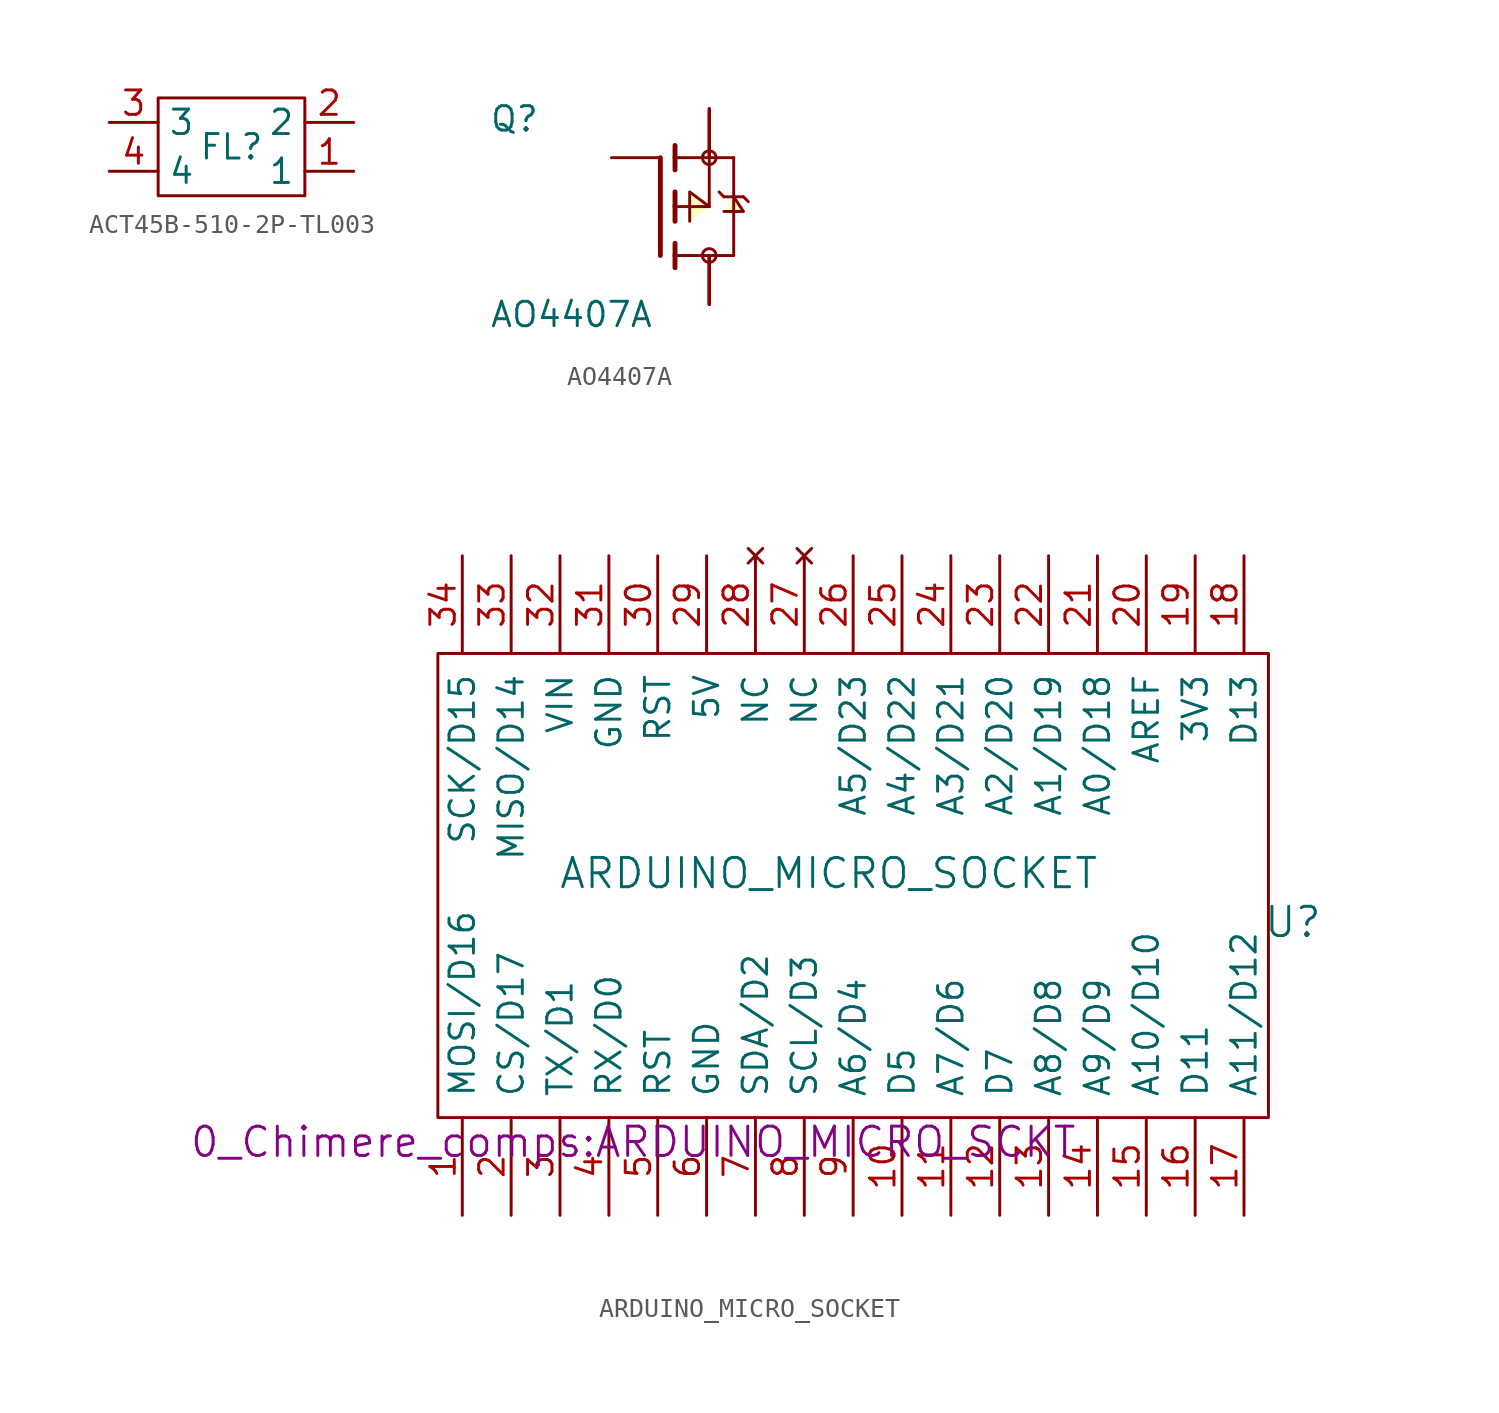
<source format=kicad_sym>
(kicad_symbol_lib
  (version 20231120)
  (generator "kicad_symbol_editor")
  (generator_version "8.0")
  (symbol "ACT45B-510-2P-TL003"
    (property "Reference" "FL"
      (at 0 0 0)
      (effects (font (size 1.27 1.27))))
    (property "Value" ""
      (at 0 0 0)
      (effects (font (size 1.27 1.27))))
    (symbol "ACT45B-510-2P-TL003_0_1"
      (rectangle (start -3.81 2.54) (end 3.81 -2.54) (stroke (width 0) (type default)) (fill (type none))))
    (symbol "ACT45B-510-2P-TL003_1_1"
      (pin passive line (at 6.35 -1.27 180) (length 2.54) (name "1" (effects (font (size 1.27 1.27)))) (number "1" (effects (font (size 1.27 1.27)))))
      (pin passive line (at 6.35 1.27 180) (length 2.54) (name "2" (effects (font (size 1.27 1.27)))) (number "2" (effects (font (size 1.27 1.27)))))
      (pin passive line (at -6.35 1.27 0) (length 2.54) (name "3" (effects (font (size 1.27 1.27)))) (number "3" (effects (font (size 1.27 1.27)))))
      (pin passive line (at -6.35 -1.27 0) (length 2.54) (name "4" (effects (font (size 1.27 1.27)))) (number "4" (effects (font (size 1.27 1.27)))))))
  (symbol "AO4407A"
    (pin_numbers hide)
    (pin_names
      (offset 1.016) hide)
    (property "Reference" "Q"
      (at -8.89 3.81 0)
      (effects (font (size 1.27 1.27)) (justify left bottom)))
    (property "Value" "AO4407A"
      (at -8.89 -6.35 0)
      (effects (font (size 1.27 1.27)) (justify left bottom)))
    (symbol "AO4407A_0_0"
      (polyline (pts (xy 0 -2.54) (xy 0 2.54)) (stroke (width 0.254) (type default)) (fill (type none)))
      (polyline (pts (xy 0.762 -3.175) (xy 0.762 -2.54)) (stroke (width 0.254) (type default)) (fill (type none)))
      (polyline (pts (xy 0.762 -2.54) (xy 0.762 -1.905)) (stroke (width 0.254) (type default)) (fill (type none)))
      (polyline (pts (xy 0.762 -2.54) (xy 3.81 -2.54)) (stroke (width 0.152) (type default)) (fill (type none)))
      (polyline (pts (xy 0.762 -0.762) (xy 0.762 0)) (stroke (width 0.254) (type default)) (fill (type none)))
      (polyline (pts (xy 0.762 0) (xy 0.762 0.762)) (stroke (width 0.254) (type default)) (fill (type none)))
      (polyline (pts (xy 0.762 0) (xy 2.54 0)) (stroke (width 0.152) (type default)) (fill (type none)))
      (polyline (pts (xy 0.762 1.905) (xy 0.762 2.54)) (stroke (width 0.254) (type default)) (fill (type none)))
      (polyline (pts (xy 0.762 2.54) (xy 0.762 3.175)) (stroke (width 0.254) (type default)) (fill (type none)))
      (polyline (pts (xy 2.54 0) (xy 2.54 2.54)) (stroke (width 0.152) (type default)) (fill (type none)))
      (polyline (pts (xy 2.54 2.54) (xy 0.762 2.54)) (stroke (width 0.152) (type default)) (fill (type none)))
      (polyline (pts (xy 2.54 2.54) (xy 3.81 2.54)) (stroke (width 0.152) (type default)) (fill (type none)))
      (polyline (pts (xy 3.048 0.762) (xy 3.302 0.508)) (stroke (width 0.152) (type default)) (fill (type none)))
      (polyline (pts (xy 3.302 0.508) (xy 3.81 0.508)) (stroke (width 0.152) (type default)) (fill (type none)))
      (polyline (pts (xy 3.81 -2.54) (xy 3.81 0.508)) (stroke (width 0.152) (type default)) (fill (type none)))
      (polyline (pts (xy 3.81 0.508) (xy 3.81 2.54)) (stroke (width 0.152) (type default)) (fill (type none)))
      (polyline (pts (xy 3.81 0.508) (xy 4.318 0.508)) (stroke (width 0.152) (type default)) (fill (type none)))
      (polyline (pts (xy 4.318 0.508) (xy 4.572 0.254)) (stroke (width 0.152) (type default)) (fill (type none)))
      (polyline (pts (xy 2.54 0) (xy 1.524 0.762) (xy 1.524 -0.762)) (stroke (width 0.152) (type default)) (fill (type background)))
      (polyline (pts (xy 3.81 0.508) (xy 4.318 -0.254) (xy 3.302 -0.254)) (stroke (width 0.152) (type default)) (fill (type background)))
      (circle (center 2.54 -2.54) (radius 0.356) (stroke (width 0) (type default)) (fill (type none)))
      (circle (center 2.54 2.54) (radius 0.356) (stroke (width 0) (type default)) (fill (type none)))
      (pin passive line (at 2.54 5.08 270) (length 2.54) (name "~" (effects (font (size 1.016 1.016)))) (number "1" (effects (font (size 1.016 1.016)))))
      (pin passive line (at 2.54 5.08 270) (length 2.54) (name "~" (effects (font (size 1.016 1.016)))) (number "2" (effects (font (size 1.016 1.016)))))
      (pin passive line (at 2.54 5.08 270) (length 2.54) (name "~" (effects (font (size 1.016 1.016)))) (number "3" (effects (font (size 1.016 1.016)))))
      (pin passive line (at -2.54 2.54 0) (length 2.54) (name "~" (effects (font (size 1.016 1.016)))) (number "4" (effects (font (size 1.016 1.016)))))
      (pin passive line (at 2.54 -5.08 90) (length 2.54) (name "~" (effects (font (size 1.016 1.016)))) (number "5" (effects (font (size 1.016 1.016)))))
      (pin passive line (at 2.54 -5.08 90) (length 2.54) (name "~" (effects (font (size 1.016 1.016)))) (number "6" (effects (font (size 1.016 1.016)))))
      (pin passive line (at 2.54 -5.08 90) (length 2.54) (name "~" (effects (font (size 1.016 1.016)))) (number "7" (effects (font (size 1.016 1.016)))))
      (pin passive line (at 2.54 -5.08 90) (length 2.54) (name "~" (effects (font (size 1.016 1.016)))) (number "8" (effects (font (size 1.016 1.016)))))))
  (symbol "ARDUINO_MICRO_SOCKET"
    (pin_names
      (offset 1.016))
    (property "Reference" "U"
      (at 44.45 10.16 0)
      (effects (font (size 1.524 1.524))))
    (property "Value" "ARDUINO_MICRO_SOCKET"
      (at 20.32 12.7 0)
      (effects (font (size 1.524 1.524))))
    (property "Footprint" "0_Chimere_comps:ARDUINO_MICRO_SCKT"
      (at 10.16 -1.27 0)
      (effects (font (size 1.524 1.524))))
    (property "Datasheet" ""
      (at 10.16 -1.27 0)
      (effects (font (size 1.524 1.524))))
    (symbol "ARDUINO_MICRO_SOCKET_0_1"
      (rectangle (start 0 0) (end 43.18 24.13) (stroke (width 0) (type default)) (fill (type none))))
    (symbol "ARDUINO_MICRO_SOCKET_1_1"
      (pin bidirectional line (at 1.27 -5.08 90) (length 5.08) (name "MOSI/D16" (effects (font (size 1.27 1.27)))) (number "1" (effects (font (size 1.27 1.27)))))
      (pin bidirectional line (at 24.13 -5.08 90) (length 5.08) (name "D5" (effects (font (size 1.27 1.27)))) (number "10" (effects (font (size 1.27 1.27)))))
      (pin bidirectional line (at 26.67 -5.08 90) (length 5.08) (name "A7/D6" (effects (font (size 1.27 1.27)))) (number "11" (effects (font (size 1.27 1.27)))))
      (pin bidirectional line (at 29.21 -5.08 90) (length 5.08) (name "D7" (effects (font (size 1.27 1.27)))) (number "12" (effects (font (size 1.27 1.27)))))
      (pin bidirectional line (at 31.75 -5.08 90) (length 5.08) (name "A8/D8" (effects (font (size 1.27 1.27)))) (number "13" (effects (font (size 1.27 1.27)))))
      (pin bidirectional line (at 34.29 -5.08 90) (length 5.08) (name "A9/D9" (effects (font (size 1.27 1.27)))) (number "14" (effects (font (size 1.27 1.27)))))
      (pin bidirectional line (at 36.83 -5.08 90) (length 5.08) (name "A10/D10" (effects (font (size 1.27 1.27)))) (number "15" (effects (font (size 1.27 1.27)))))
      (pin bidirectional line (at 39.37 -5.08 90) (length 5.08) (name "D11" (effects (font (size 1.27 1.27)))) (number "16" (effects (font (size 1.27 1.27)))))
      (pin bidirectional line (at 41.91 -5.08 90) (length 5.08) (name "A11/D12" (effects (font (size 1.27 1.27)))) (number "17" (effects (font (size 1.27 1.27)))))
      (pin bidirectional line (at 41.91 29.21 270) (length 5.08) (name "D13" (effects (font (size 1.27 1.27)))) (number "18" (effects (font (size 1.27 1.27)))))
      (pin power_out line (at 39.37 29.21 270) (length 5.08) (name "3V3" (effects (font (size 1.27 1.27)))) (number "19" (effects (font (size 1.27 1.27)))))
      (pin bidirectional line (at 3.81 -5.08 90) (length 5.08) (name "CS/D17" (effects (font (size 1.27 1.27)))) (number "2" (effects (font (size 1.27 1.27)))))
      (pin power_out line (at 36.83 29.21 270) (length 5.08) (name "AREF" (effects (font (size 1.27 1.27)))) (number "20" (effects (font (size 1.27 1.27)))))
      (pin bidirectional line (at 34.29 29.21 270) (length 5.08) (name "A0/D18" (effects (font (size 1.27 1.27)))) (number "21" (effects (font (size 1.27 1.27)))))
      (pin bidirectional line (at 31.75 29.21 270) (length 5.08) (name "A1/D19" (effects (font (size 1.27 1.27)))) (number "22" (effects (font (size 1.27 1.27)))))
      (pin bidirectional line (at 29.21 29.21 270) (length 5.08) (name "A2/D20" (effects (font (size 1.27 1.27)))) (number "23" (effects (font (size 1.27 1.27)))))
      (pin bidirectional line (at 26.67 29.21 270) (length 5.08) (name "A3/D21" (effects (font (size 1.27 1.27)))) (number "24" (effects (font (size 1.27 1.27)))))
      (pin bidirectional line (at 24.13 29.21 270) (length 5.08) (name "A4/D22" (effects (font (size 1.27 1.27)))) (number "25" (effects (font (size 1.27 1.27)))))
      (pin bidirectional line (at 21.59 29.21 270) (length 5.08) (name "A5/D23" (effects (font (size 1.27 1.27)))) (number "26" (effects (font (size 1.27 1.27)))))
      (pin no_connect line (at 19.05 29.21 270) (length 5.08) (name "NC" (effects (font (size 1.27 1.27)))) (number "27" (effects (font (size 1.27 1.27)))))
      (pin no_connect line (at 16.51 29.21 270) (length 5.08) (name "NC" (effects (font (size 1.27 1.27)))) (number "28" (effects (font (size 1.27 1.27)))))
      (pin power_out line (at 13.97 29.21 270) (length 5.08) (name "5V" (effects (font (size 1.27 1.27)))) (number "29" (effects (font (size 1.27 1.27)))))
      (pin bidirectional line (at 6.35 -5.08 90) (length 5.08) (name "TX/D1" (effects (font (size 1.27 1.27)))) (number "3" (effects (font (size 1.27 1.27)))))
      (pin bidirectional line (at 11.43 29.21 270) (length 5.08) (name "RST" (effects (font (size 1.27 1.27)))) (number "30" (effects (font (size 1.27 1.27)))))
      (pin passive line (at 8.89 29.21 270) (length 5.08) (name "GND" (effects (font (size 1.27 1.27)))) (number "31" (effects (font (size 1.27 1.27)))))
      (pin power_in line (at 6.35 29.21 270) (length 5.08) (name "VIN" (effects (font (size 1.27 1.27)))) (number "32" (effects (font (size 1.27 1.27)))))
      (pin bidirectional line (at 3.81 29.21 270) (length 5.08) (name "MISO/D14" (effects (font (size 1.27 1.27)))) (number "33" (effects (font (size 1.27 1.27)))))
      (pin bidirectional line (at 1.27 29.21 270) (length 5.08) (name "SCK/D15" (effects (font (size 1.27 1.27)))) (number "34" (effects (font (size 1.27 1.27)))))
      (pin bidirectional line (at 8.89 -5.08 90) (length 5.08) (name "RX/D0" (effects (font (size 1.27 1.27)))) (number "4" (effects (font (size 1.27 1.27)))))
      (pin bidirectional line (at 11.43 -5.08 90) (length 5.08) (name "RST" (effects (font (size 1.27 1.27)))) (number "5" (effects (font (size 1.27 1.27)))))
      (pin passive line (at 13.97 -5.08 90) (length 5.08) (name "GND" (effects (font (size 1.27 1.27)))) (number "6" (effects (font (size 1.27 1.27)))))
      (pin bidirectional line (at 16.51 -5.08 90) (length 5.08) (name "SDA/D2" (effects (font (size 1.27 1.27)))) (number "7" (effects (font (size 1.27 1.27)))))
      (pin bidirectional line (at 19.05 -5.08 90) (length 5.08) (name "SCL/D3" (effects (font (size 1.27 1.27)))) (number "8" (effects (font (size 1.27 1.27)))))
      (pin bidirectional line (at 21.59 -5.08 90) (length 5.08) (name "A6/D4" (effects (font (size 1.27 1.27)))) (number "9" (effects (font (size 1.27 1.27))))))))
</source>
